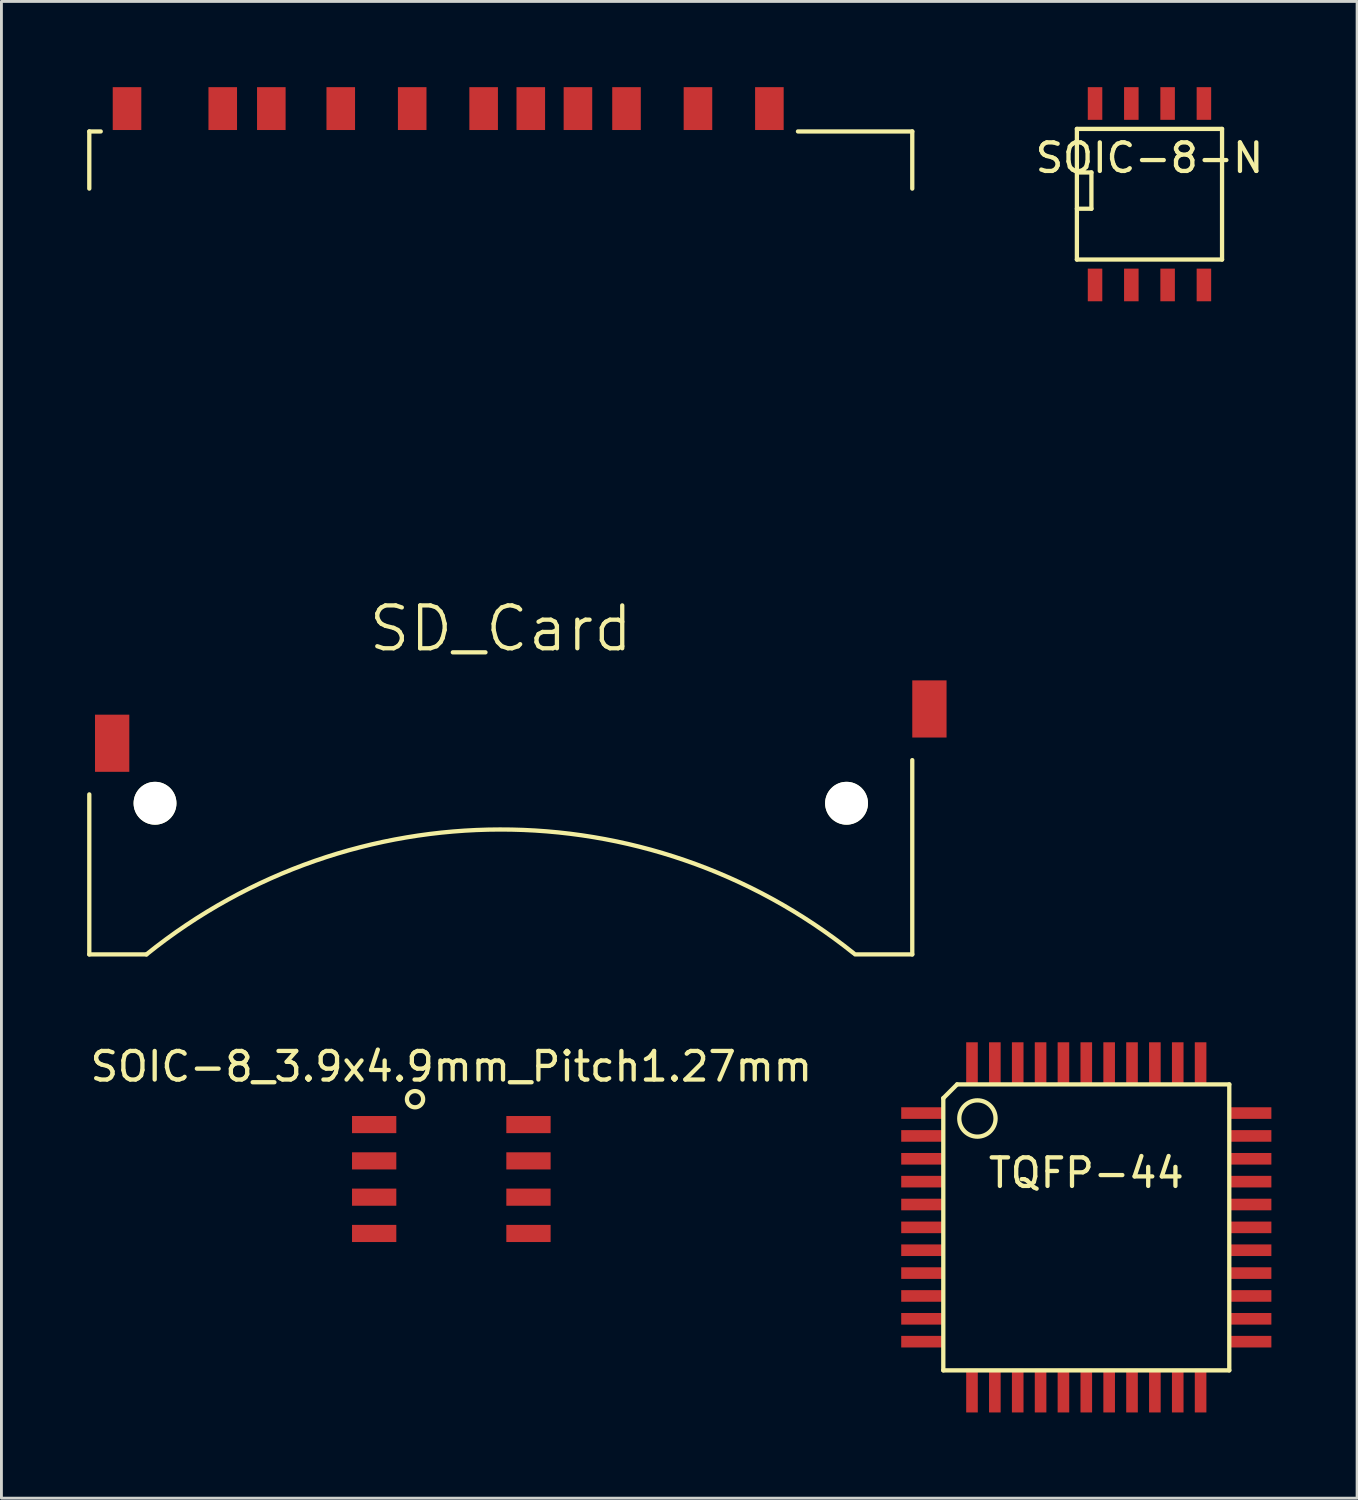
<source format=kicad_pcb>
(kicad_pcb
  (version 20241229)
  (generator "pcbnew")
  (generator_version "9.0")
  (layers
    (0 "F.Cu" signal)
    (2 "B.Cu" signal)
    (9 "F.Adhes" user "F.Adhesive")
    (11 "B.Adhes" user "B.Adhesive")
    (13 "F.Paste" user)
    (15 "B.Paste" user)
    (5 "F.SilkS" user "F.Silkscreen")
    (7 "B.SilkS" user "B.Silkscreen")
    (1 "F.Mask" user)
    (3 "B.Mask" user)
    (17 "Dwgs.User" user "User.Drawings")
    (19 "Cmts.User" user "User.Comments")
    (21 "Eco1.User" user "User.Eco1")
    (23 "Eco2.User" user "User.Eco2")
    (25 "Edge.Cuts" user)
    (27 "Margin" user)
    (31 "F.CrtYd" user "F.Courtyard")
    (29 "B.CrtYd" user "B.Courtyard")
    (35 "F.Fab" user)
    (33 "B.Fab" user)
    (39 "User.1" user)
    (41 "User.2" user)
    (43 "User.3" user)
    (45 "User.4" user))
  (footprint "SD_Card"
    (layer "F.Cu")
    (at 14.475 0.75)
    (property "Reference" "SD_Card" (at 0 18.2 0) (layer "F.SilkS") (effects (font (size 1.5 1.5) (thickness 0.15))))
    (attr through_hole)
    (fp_line (start -14.4 2.8) (end -14.4 0.8) (stroke (width 0.15) (type solid)) (layer "F.SilkS"))
    (fp_line (start -14.4 24) (end -14.4 29.6) (stroke (width 0.15) (type solid)) (layer "F.SilkS"))
    (fp_line (start -14.4 29.6) (end -12.4 29.6) (stroke (width 0.15) (type solid)) (layer "F.SilkS"))
    (fp_line (start -14 0.8) (end -14.4 0.8) (stroke (width 0.15) (type solid)) (layer "F.SilkS"))
    (fp_line (start 10.4 0.8) (end 14.4 0.8) (stroke (width 0.15) (type solid)) (layer "F.SilkS"))
    (fp_line (start 14.4 0.8) (end 14.4 2.8) (stroke (width 0.15) (type solid)) (layer "F.SilkS"))
    (fp_line (start 14.4 29.6) (end 12.4 29.6) (stroke (width 0.15) (type solid)) (layer "F.SilkS"))
    (fp_line (start 14.4 29.6) (end 14.4 22.8) (stroke (width 0.15) (type solid)) (layer "F.SilkS"))
    (fp_arc (start -12.4 29.6) (mid -0.031346 25.228328) (end 12.351107 29.560759) (stroke (width 0.15) (type solid)) (layer "F.SilkS"))
    (pad "" np_thru_hole circle (at -12.1 24.31) (size 1.5 1.5) (drill 1.5) (layers "*.Cu" "*.Mask" "F.SilkS"))
    (pad "" np_thru_hole circle (at 12.1 24.31) (size 1.5 1.5) (drill 1.5) (layers "*.Cu" "*.Mask" "F.SilkS"))
    (pad "1" smd rect (at 6.9 0) (size 1 1.5) (layers "F.Cu" "F.Mask" "F.Paste"))
    (pad "2" smd rect (at 4.4 0) (size 1 1.5) (layers "F.Cu" "F.Mask" "F.Paste"))
    (pad "3" smd rect (at 1.05 0) (size 1 1.5) (layers "F.Cu" "F.Mask" "F.Paste"))
    (pad "4" smd rect (at -0.6 0) (size 1 1.5) (layers "F.Cu" "F.Mask" "F.Paste"))
    (pad "5" smd rect (at -3.1 0) (size 1 1.5) (layers "F.Cu" "F.Mask" "F.Paste"))
    (pad "6" smd rect (at -5.6 0) (size 1 1.5) (layers "F.Cu" "F.Mask" "F.Paste"))
    (pad "7" smd rect (at -8.03 0) (size 1 1.5) (layers "F.Cu" "F.Mask" "F.Paste"))
    (pad "8" smd rect (at -9.73 0) (size 1 1.5) (layers "F.Cu" "F.Mask" "F.Paste"))
    (pad "9" smd rect (at 9.4 0) (size 1 1.5) (layers "F.Cu" "F.Mask" "F.Paste"))
    (pad "10" smd rect (at 2.7 0) (size 1 1.5) (layers "F.Cu" "F.Mask" "F.Paste"))
    (pad "11" smd rect (at -13.08 0) (size 1 1.5) (layers "F.Cu" "F.Mask" "F.Paste"))
    (pad "12" smd rect (at -13.6 22.21) (size 1.2 2) (layers "F.Cu" "F.Mask" "F.Paste"))
    (pad "13" smd rect (at 15 21.01) (size 1.2 2) (layers "F.Cu" "F.Mask" "F.Paste")))
  (footprint "TQFP-44"
    (layer "F.Cu")
    (at 34.965 39.902)
    (property "Reference" "TQFP-44" (at 0 -1.905 0) (layer "F.SilkS") (effects (font (size 1 1) (thickness 0.15))))
    (attr smd)
    (fp_line (start -5.004 -4.521) (end -5.004 5.004) (stroke (width 0.15) (type solid)) (layer "F.SilkS"))
    (fp_line (start -5.004 -4.521) (end -4.521 -5.004) (stroke (width 0.15) (type solid)) (layer "F.SilkS"))
    (fp_line (start -4.521 -5.004) (end 5.004 -5.004) (stroke (width 0.15) (type solid)) (layer "F.SilkS"))
    (fp_line (start 5.004 -5.004) (end 5.004 5.004) (stroke (width 0.15) (type solid)) (layer "F.SilkS"))
    (fp_line (start 5.004 5.004) (end -5.004 5.004) (stroke (width 0.15) (type solid)) (layer "F.SilkS"))
    (fp_circle (center -3.81 -3.81) (end -3.81 -3.175) (stroke (width 0.15) (type solid)) (fill no) (layer "F.SilkS"))
    (pad "1" smd rect (at -5.715 -4) (size 1.524 0.406) (layers "F.Cu" "F.Mask" "F.Paste"))
    (pad "2" smd rect (at -5.715 -3.2) (size 1.524 0.406) (layers "F.Cu" "F.Mask" "F.Paste"))
    (pad "3" smd rect (at -5.715 -2.4) (size 1.524 0.406) (layers "F.Cu" "F.Mask" "F.Paste"))
    (pad "4" smd rect (at -5.715 -1.6) (size 1.524 0.406) (layers "F.Cu" "F.Mask" "F.Paste"))
    (pad "5" smd rect (at -5.715 -0.8) (size 1.524 0.406) (layers "F.Cu" "F.Mask" "F.Paste"))
    (pad "6" smd rect (at -5.715 0) (size 1.524 0.406) (layers "F.Cu" "F.Mask" "F.Paste"))
    (pad "7" smd rect (at -5.715 0.8) (size 1.524 0.406) (layers "F.Cu" "F.Mask" "F.Paste"))
    (pad "8" smd rect (at -5.715 1.6) (size 1.524 0.406) (layers "F.Cu" "F.Mask" "F.Paste"))
    (pad "9" smd rect (at -5.715 2.4) (size 1.524 0.406) (layers "F.Cu" "F.Mask" "F.Paste"))
    (pad "10" smd rect (at -5.715 3.2) (size 1.524 0.406) (layers "F.Cu" "F.Mask" "F.Paste"))
    (pad "11" smd rect (at -5.715 4) (size 1.524 0.406) (layers "F.Cu" "F.Mask" "F.Paste"))
    (pad "12" smd rect (at -4 5.715) (size 0.406 1.524) (layers "F.Cu" "F.Mask" "F.Paste"))
    (pad "13" smd rect (at -3.2 5.715) (size 0.406 1.524) (layers "F.Cu" "F.Mask" "F.Paste"))
    (pad "14" smd rect (at -2.4 5.715) (size 0.406 1.524) (layers "F.Cu" "F.Mask" "F.Paste"))
    (pad "15" smd rect (at -1.6 5.715) (size 0.406 1.524) (layers "F.Cu" "F.Mask" "F.Paste"))
    (pad "16" smd rect (at -0.8 5.715) (size 0.406 1.524) (layers "F.Cu" "F.Mask" "F.Paste"))
    (pad "17" smd rect (at 0 5.715) (size 0.406 1.524) (layers "F.Cu" "F.Mask" "F.Paste"))
    (pad "18" smd rect (at 0.8 5.715) (size 0.406 1.524) (layers "F.Cu" "F.Mask" "F.Paste"))
    (pad "19" smd rect (at 1.6 5.715) (size 0.406 1.524) (layers "F.Cu" "F.Mask" "F.Paste"))
    (pad "20" smd rect (at 2.4 5.715) (size 0.406 1.524) (layers "F.Cu" "F.Mask" "F.Paste"))
    (pad "21" smd rect (at 3.2 5.715) (size 0.406 1.524) (layers "F.Cu" "F.Mask" "F.Paste"))
    (pad "22" smd rect (at 4 5.715) (size 0.406 1.524) (layers "F.Cu" "F.Mask" "F.Paste"))
    (pad "23" smd rect (at 5.715 4) (size 1.524 0.406) (layers "F.Cu" "F.Mask" "F.Paste"))
    (pad "24" smd rect (at 5.715 3.2) (size 1.524 0.406) (layers "F.Cu" "F.Mask" "F.Paste"))
    (pad "25" smd rect (at 5.715 2.4) (size 1.524 0.406) (layers "F.Cu" "F.Mask" "F.Paste"))
    (pad "26" smd rect (at 5.715 1.6) (size 1.524 0.406) (layers "F.Cu" "F.Mask" "F.Paste"))
    (pad "27" smd rect (at 5.715 0.8) (size 1.524 0.406) (layers "F.Cu" "F.Mask" "F.Paste"))
    (pad "28" smd rect (at 5.715 0) (size 1.524 0.406) (layers "F.Cu" "F.Mask" "F.Paste"))
    (pad "29" smd rect (at 5.715 -0.8) (size 1.524 0.406) (layers "F.Cu" "F.Mask" "F.Paste"))
    (pad "30" smd rect (at 5.715 -1.6) (size 1.524 0.406) (layers "F.Cu" "F.Mask" "F.Paste"))
    (pad "31" smd rect (at 5.715 -2.4) (size 1.524 0.406) (layers "F.Cu" "F.Mask" "F.Paste"))
    (pad "32" smd rect (at 5.715 -3.2) (size 1.524 0.406) (layers "F.Cu" "F.Mask" "F.Paste"))
    (pad "33" smd rect (at 5.715 -4) (size 1.524 0.406) (layers "F.Cu" "F.Mask" "F.Paste"))
    (pad "34" smd rect (at 4 -5.715) (size 0.406 1.524) (layers "F.Cu" "F.Mask" "F.Paste"))
    (pad "35" smd rect (at 3.2 -5.715) (size 0.406 1.524) (layers "F.Cu" "F.Mask" "F.Paste"))
    (pad "36" smd rect (at 2.4 -5.715) (size 0.406 1.524) (layers "F.Cu" "F.Mask" "F.Paste"))
    (pad "37" smd rect (at 1.6 -5.715) (size 0.406 1.524) (layers "F.Cu" "F.Mask" "F.Paste"))
    (pad "38" smd rect (at 0.8 -5.715) (size 0.406 1.524) (layers "F.Cu" "F.Mask" "F.Paste"))
    (pad "39" smd rect (at 0 -5.715) (size 0.406 1.524) (layers "F.Cu" "F.Mask" "F.Paste"))
    (pad "40" smd rect (at -0.8 -5.715) (size 0.406 1.524) (layers "F.Cu" "F.Mask" "F.Paste"))
    (pad "41" smd rect (at -1.6 -5.715) (size 0.406 1.524) (layers "F.Cu" "F.Mask" "F.Paste"))
    (pad "42" smd rect (at -2.4 -5.715) (size 0.406 1.524) (layers "F.Cu" "F.Mask" "F.Paste"))
    (pad "43" smd rect (at -3.2 -5.715) (size 0.406 1.524) (layers "F.Cu" "F.Mask" "F.Paste"))
    (pad "44" smd rect (at -4 -5.715) (size 0.406 1.524) (layers "F.Cu" "F.Mask" "F.Paste")))
  (footprint "SOIC-8-N"
    (layer "F.Cu")
    (at 37.176 3.747)
    (property "Reference" "SOIC-8-N" (at 0 -1.27 0) (layer "F.SilkS") (effects (font (size 1 1) (thickness 0.15))))
    (attr smd)
    (fp_line (start -2.54 -2.286) (end 2.54 -2.286) (stroke (width 0.15) (type solid)) (layer "F.SilkS"))
    (fp_line (start -2.54 -0.762) (end -2.032 -0.762) (stroke (width 0.15) (type solid)) (layer "F.SilkS"))
    (fp_line (start -2.54 2.286) (end -2.54 -2.286) (stroke (width 0.15) (type solid)) (layer "F.SilkS"))
    (fp_line (start -2.032 -0.762) (end -2.032 0.508) (stroke (width 0.15) (type solid)) (layer "F.SilkS"))
    (fp_line (start -2.032 0.508) (end -2.54 0.508) (stroke (width 0.15) (type solid)) (layer "F.SilkS"))
    (fp_line (start 2.54 -2.286) (end 2.54 2.286) (stroke (width 0.15) (type solid)) (layer "F.SilkS"))
    (fp_line (start 2.54 2.286) (end -2.54 2.286) (stroke (width 0.15) (type solid)) (layer "F.SilkS"))
    (pad "1" smd rect (at -1.905 3.175) (size 0.508 1.143) (layers "F.Cu" "F.Mask" "F.Paste"))
    (pad "2" smd rect (at -0.635 3.175) (size 0.508 1.143) (layers "F.Cu" "F.Mask" "F.Paste"))
    (pad "3" smd rect (at 0.635 3.175) (size 0.508 1.143) (layers "F.Cu" "F.Mask" "F.Paste"))
    (pad "4" smd rect (at 1.905 3.175) (size 0.508 1.143) (layers "F.Cu" "F.Mask" "F.Paste"))
    (pad "5" smd rect (at 1.905 -3.175) (size 0.508 1.143) (layers "F.Cu" "F.Mask" "F.Paste"))
    (pad "6" smd rect (at 0.635 -3.175) (size 0.508 1.143) (layers "F.Cu" "F.Mask" "F.Paste"))
    (pad "7" smd rect (at -0.635 -3.175) (size 0.508 1.143) (layers "F.Cu" "F.Mask" "F.Paste"))
    (pad "8" smd rect (at -1.905 -3.175) (size 0.508 1.143) (layers "F.Cu" "F.Mask" "F.Paste")))
  (footprint "SOIC-8_3.9x4.9mm_Pitch1.27mm"
    (layer "F.Cu")
    (at 12.744 38.21)
    (property "Reference" "SOIC-8_3.9x4.9mm_Pitch1.27mm" (at 0 -3.937 0) (layer "F.SilkS") (effects (font (size 1 1) (thickness 0.15))))
    (attr smd)
    (fp_circle (center -1.27 -2.794) (end -1.016 -2.667) (stroke (width 0.15) (type solid)) (fill no) (layer "F.SilkS"))
    (pad "1" smd rect (at -2.7 -1.905) (size 1.55 0.6) (layers "F.Cu" "F.Mask" "F.Paste"))
    (pad "2" smd rect (at -2.7 -0.635) (size 1.55 0.6) (layers "F.Cu" "F.Mask" "F.Paste"))
    (pad "3" smd rect (at -2.7 0.635) (size 1.55 0.6) (layers "F.Cu" "F.Mask" "F.Paste"))
    (pad "4" smd rect (at -2.7 1.905) (size 1.55 0.6) (layers "F.Cu" "F.Mask" "F.Paste"))
    (pad "5" smd rect (at 2.7 1.905) (size 1.55 0.6) (layers "F.Cu" "F.Mask" "F.Paste"))
    (pad "6" smd rect (at 2.7 0.635) (size 1.55 0.6) (layers "F.Cu" "F.Mask" "F.Paste"))
    (pad "7" smd rect (at 2.7 -0.635) (size 1.55 0.6) (layers "F.Cu" "F.Mask" "F.Paste"))
    (pad "8" smd rect (at 2.7 -1.905) (size 1.55 0.6) (layers "F.Cu" "F.Mask" "F.Paste")))
  (gr_rect
    (start -3 -3)
    (end 44.442 49.379)
    (stroke (width 0.1) (type default))
    (fill no)
    (layer "Edge.Cuts")))
</source>
